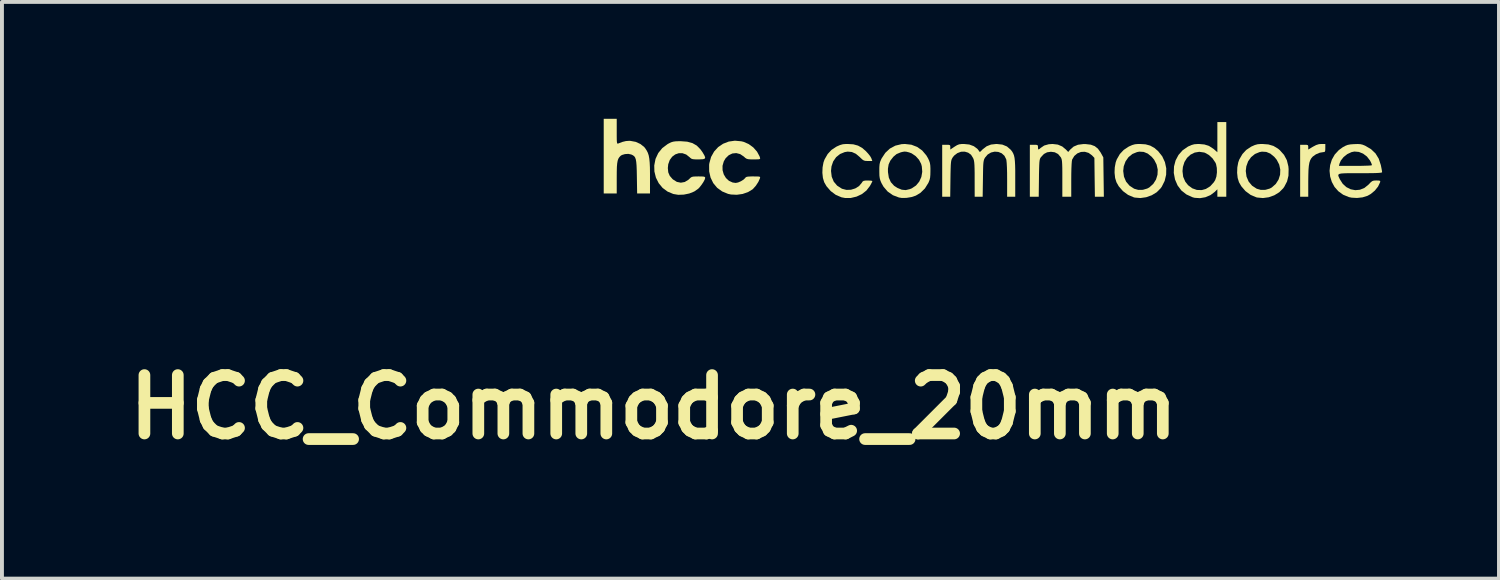
<source format=kicad_pcb>
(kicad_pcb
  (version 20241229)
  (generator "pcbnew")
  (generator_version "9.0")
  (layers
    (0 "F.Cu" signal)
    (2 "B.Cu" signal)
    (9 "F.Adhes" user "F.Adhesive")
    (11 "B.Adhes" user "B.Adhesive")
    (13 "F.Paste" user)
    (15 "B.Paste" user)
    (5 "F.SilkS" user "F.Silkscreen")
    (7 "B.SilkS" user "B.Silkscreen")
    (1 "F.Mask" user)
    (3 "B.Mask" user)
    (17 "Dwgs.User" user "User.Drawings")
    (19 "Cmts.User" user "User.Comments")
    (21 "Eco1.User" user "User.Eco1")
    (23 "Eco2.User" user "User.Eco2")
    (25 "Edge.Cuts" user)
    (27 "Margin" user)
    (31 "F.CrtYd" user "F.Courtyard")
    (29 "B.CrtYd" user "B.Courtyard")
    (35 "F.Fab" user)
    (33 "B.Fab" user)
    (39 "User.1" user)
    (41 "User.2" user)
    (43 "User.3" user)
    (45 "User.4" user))
  (footprint "HCC_Commodore_20mm"
    (layer "F.Cu")
    (at 22.429 1)
    (property "Reference" "HCC_Commodore_20mm" (at -8.7 6.4 0) (layer "F.SilkS") (effects (font (size 1.5 1.5) (thickness 0.3))))
    (attr board_only exclude_from_pos_files exclude_from_bom)
    (fp_poly (pts (xy -5.155 -0.958) (xy -5.055 -0.917) (xy -5.045 -0.911) (xy -4.936 -0.817) (xy -4.859 -0.705) (xy -4.815 -0.581) (xy -4.803 -0.453) (xy -4.822 -0.327) (xy -4.873 -0.209) (xy -4.956 -0.105) (xy -5.069 -0.023) (xy -5.083 -0.016) (xy -5.21 0.029) (xy -5.346 0.042) (xy -5.476 0.023) (xy -5.533 0.003) (xy -5.649 -0.07) (xy -5.736 -0.166) (xy -5.742 -0.177) (xy -5.355 -0.177) (xy -5.345 -0.136) (xy -5.313 -0.125) (xy -5.281 -0.137) (xy -5.272 -0.177) (xy -5.281 -0.218) (xy -5.313 -0.229) (xy -5.346 -0.217) (xy -5.355 -0.177) (xy -5.742 -0.177) (xy -5.795 -0.278) (xy -5.825 -0.4) (xy -5.826 -0.526) (xy -5.821 -0.552) (xy -5.355 -0.552) (xy -5.355 -0.449) (xy -5.352 -0.381) (xy -5.347 -0.34) (xy -5.338 -0.32) (xy -5.324 -0.313) (xy -5.313 -0.313) (xy -5.295 -0.315) (xy -5.284 -0.327) (xy -5.276 -0.357) (xy -5.273 -0.41) (xy -5.272 -0.494) (xy -5.272 -0.552) (xy -5.272 -0.655) (xy -5.274 -0.723) (xy -5.279 -0.764) (xy -5.289 -0.784) (xy -5.303 -0.791) (xy -5.313 -0.792) (xy -5.331 -0.789) (xy -5.343 -0.777) (xy -5.35 -0.748) (xy -5.354 -0.695) (xy -5.355 -0.611) (xy -5.355 -0.552) (xy -5.821 -0.552) (xy -5.8 -0.648) (xy -5.745 -0.761) (xy -5.663 -0.857) (xy -5.552 -0.931) (xy -5.511 -0.949) (xy -5.399 -0.976) (xy -5.275 -0.978)) (stroke (width 0) (type solid)) (fill yes) (layer "F.Mask"))
    (fp_poly (pts (xy 8.543 -0.25) (xy 8.541 -0.188) (xy 8.532 -0.157) (xy 8.511 -0.146) (xy 8.499 -0.146) (xy 8.401 -0.13) (xy 8.301 -0.088) (xy 8.22 -0.03) (xy 8.219 -0.029) (xy 8.183 0.013) (xy 8.155 0.063) (xy 8.134 0.126) (xy 8.12 0.207) (xy 8.111 0.312) (xy 8.107 0.448) (xy 8.105 0.613) (xy 8.105 1) (xy 8.001 1) (xy 7.897 1) (xy 7.897 0.333) (xy 7.897 -0.333) (xy 8.001 -0.333) (xy 8.063 -0.332) (xy 8.094 -0.324) (xy 8.104 -0.302) (xy 8.105 -0.272) (xy 8.105 -0.211) (xy 8.224 -0.283) (xy 8.308 -0.327) (xy 8.379 -0.349) (xy 8.443 -0.354) (xy 8.543 -0.354)) (stroke (width 0) (type solid)) (fill yes) (layer "F.SilkS"))
    (fp_poly (pts (xy -9.647 -0.675) (xy -9.647 -0.552) (xy -9.646 -0.465) (xy -9.643 -0.409) (xy -9.637 -0.377) (xy -9.629 -0.363) (xy -9.616 -0.363) (xy -9.611 -0.365) (xy -9.501 -0.407) (xy -9.41 -0.429) (xy -9.324 -0.435) (xy -9.293 -0.433) (xy -9.159 -0.408) (xy -9.039 -0.353) (xy -8.942 -0.276) (xy -8.916 -0.244) (xy -8.878 -0.186) (xy -8.848 -0.127) (xy -8.826 -0.06) (xy -8.811 0.021) (xy -8.801 0.122) (xy -8.795 0.249) (xy -8.793 0.41) (xy -8.793 0.483) (xy -8.793 0.917) (xy -8.958 0.917) (xy -9.123 0.917) (xy -9.13 0.484) (xy -9.133 0.324) (xy -9.138 0.2) (xy -9.146 0.107) (xy -9.158 0.039) (xy -9.176 -0.008) (xy -9.2 -0.041) (xy -9.234 -0.065) (xy -9.274 -0.084) (xy -9.35 -0.1) (xy -9.437 -0.094) (xy -9.514 -0.071) (xy -9.548 -0.049) (xy -9.58 -0.015) (xy -9.605 0.024) (xy -9.623 0.075) (xy -9.635 0.143) (xy -9.643 0.235) (xy -9.646 0.356) (xy -9.647 0.513) (xy -9.647 0.52) (xy -9.647 0.917) (xy -9.814 0.917) (xy -9.981 0.917) (xy -9.981 -0.042) (xy -9.981 -1) (xy -9.814 -1) (xy -9.647 -1)) (stroke (width 0) (type solid)) (fill yes) (layer "F.SilkS"))
    (fp_poly (pts (xy 3.928 -0.345) (xy 4.048 -0.312) (xy 4.155 -0.253) (xy 4.253 -0.168) (xy 4.357 -0.036) (xy 4.426 0.113) (xy 4.46 0.271) (xy 4.457 0.434) (xy 4.419 0.594) (xy 4.344 0.744) (xy 4.315 0.784) (xy 4.215 0.885) (xy 4.088 0.962) (xy 3.945 1.013) (xy 3.796 1.034) (xy 3.652 1.022) (xy 3.625 1.015) (xy 3.479 0.953) (xy 3.348 0.856) (xy 3.24 0.732) (xy 3.181 0.628) (xy 3.147 0.518) (xy 3.133 0.386) (xy 3.134 0.339) (xy 3.355 0.339) (xy 3.374 0.484) (xy 3.428 0.612) (xy 3.517 0.717) (xy 3.636 0.795) (xy 3.742 0.825) (xy 3.859 0.823) (xy 3.972 0.79) (xy 4.024 0.762) (xy 4.126 0.671) (xy 4.197 0.559) (xy 4.235 0.435) (xy 4.241 0.304) (xy 4.212 0.174) (xy 4.15 0.052) (xy 4.087 -0.024) (xy 3.985 -0.107) (xy 3.881 -0.15) (xy 3.77 -0.157) (xy 3.71 -0.146) (xy 3.59 -0.097) (xy 3.49 -0.015) (xy 3.415 0.092) (xy 3.368 0.22) (xy 3.355 0.339) (xy 3.134 0.339) (xy 3.138 0.248) (xy 3.162 0.118) (xy 3.19 0.041) (xy 3.269 -0.096) (xy 3.367 -0.201) (xy 3.49 -0.283) (xy 3.505 -0.291) (xy 3.587 -0.327) (xy 3.658 -0.347) (xy 3.741 -0.354) (xy 3.781 -0.354)) (stroke (width 0) (type solid)) (fill yes) (layer "F.SilkS"))
    (fp_poly (pts (xy 7.082 -0.342) (xy 7.211 -0.304) (xy 7.327 -0.235) (xy 7.375 -0.195) (xy 7.483 -0.074) (xy 7.556 0.063) (xy 7.595 0.222) (xy 7.601 0.292) (xy 7.597 0.461) (xy 7.561 0.608) (xy 7.49 0.744) (xy 7.462 0.784) (xy 7.361 0.885) (xy 7.234 0.963) (xy 7.091 1.014) (xy 6.942 1.034) (xy 6.798 1.021) (xy 6.771 1.015) (xy 6.625 0.953) (xy 6.494 0.856) (xy 6.387 0.732) (xy 6.327 0.628) (xy 6.293 0.518) (xy 6.279 0.386) (xy 6.281 0.339) (xy 6.501 0.339) (xy 6.52 0.484) (xy 6.575 0.612) (xy 6.663 0.717) (xy 6.782 0.795) (xy 6.889 0.825) (xy 7.006 0.823) (xy 7.119 0.79) (xy 7.17 0.762) (xy 7.272 0.671) (xy 7.343 0.559) (xy 7.382 0.435) (xy 7.387 0.304) (xy 7.359 0.174) (xy 7.296 0.052) (xy 7.233 -0.024) (xy 7.131 -0.107) (xy 7.028 -0.15) (xy 6.917 -0.157) (xy 6.856 -0.146) (xy 6.737 -0.097) (xy 6.637 -0.015) (xy 6.561 0.092) (xy 6.515 0.22) (xy 6.501 0.339) (xy 6.281 0.339) (xy 6.284 0.248) (xy 6.308 0.118) (xy 6.336 0.041) (xy 6.416 -0.096) (xy 6.513 -0.201) (xy 6.636 -0.283) (xy 6.652 -0.291) (xy 6.733 -0.327) (xy 6.805 -0.347) (xy 6.888 -0.354) (xy 6.928 -0.354)) (stroke (width 0) (type solid)) (fill yes) (layer "F.SilkS"))
    (fp_poly (pts (xy 6.001 0.042) (xy 6.001 1) (xy 5.886 1) (xy 5.772 1) (xy 5.772 0.905) (xy 5.772 0.809) (xy 5.707 0.874) (xy 5.596 0.958) (xy 5.466 1.013) (xy 5.326 1.037) (xy 5.188 1.028) (xy 5.136 1.014) (xy 4.978 0.942) (xy 4.849 0.841) (xy 4.751 0.711) (xy 4.685 0.558) (xy 4.653 0.388) (xy 4.655 0.344) (xy 4.877 0.344) (xy 4.894 0.488) (xy 4.948 0.613) (xy 5.021 0.705) (xy 5.127 0.784) (xy 5.245 0.826) (xy 5.37 0.83) (xy 5.476 0.801) (xy 5.588 0.732) (xy 5.681 0.629) (xy 5.716 0.573) (xy 5.747 0.483) (xy 5.761 0.374) (xy 5.758 0.261) (xy 5.738 0.162) (xy 5.722 0.125) (xy 5.648 0.016) (xy 5.555 -0.071) (xy 5.454 -0.128) (xy 5.432 -0.135) (xy 5.307 -0.153) (xy 5.189 -0.133) (xy 5.083 -0.08) (xy 4.994 0.002) (xy 4.927 0.108) (xy 4.887 0.236) (xy 4.877 0.344) (xy 4.655 0.344) (xy 4.659 0.223) (xy 4.7 0.068) (xy 4.774 -0.072) (xy 4.879 -0.191) (xy 5.013 -0.284) (xy 5.026 -0.291) (xy 5.108 -0.327) (xy 5.18 -0.347) (xy 5.262 -0.353) (xy 5.301 -0.354) (xy 5.441 -0.341) (xy 5.559 -0.302) (xy 5.669 -0.231) (xy 5.695 -0.209) (xy 5.772 -0.142) (xy 5.772 -0.529) (xy 5.772 -0.917) (xy 5.886 -0.917) (xy 6.001 -0.917)) (stroke (width 0) (type solid)) (fill yes) (layer "F.SilkS"))
    (fp_poly (pts (xy -3.573 -0.345) (xy -3.453 -0.312) (xy -3.347 -0.253) (xy -3.249 -0.168) (xy -3.19 -0.103) (xy -3.14 -0.039) (xy -3.111 0.011) (xy -3.11 0.016) (xy -3.086 0.083) (xy -3.197 0.083) (xy -3.257 0.081) (xy -3.301 0.071) (xy -3.342 0.045) (xy -3.394 -0.004) (xy -3.409 -0.019) (xy -3.51 -0.103) (xy -3.611 -0.148) (xy -3.717 -0.158) (xy -3.793 -0.146) (xy -3.915 -0.096) (xy -4.015 -0.015) (xy -4.09 0.093) (xy -4.134 0.222) (xy -4.146 0.338) (xy -4.128 0.487) (xy -4.076 0.613) (xy -3.99 0.715) (xy -3.872 0.791) (xy -3.862 0.796) (xy -3.75 0.825) (xy -3.634 0.821) (xy -3.523 0.787) (xy -3.427 0.727) (xy -3.358 0.645) (xy -3.335 0.61) (xy -3.306 0.592) (xy -3.26 0.585) (xy -3.204 0.584) (xy -3.139 0.586) (xy -3.096 0.592) (xy -3.084 0.599) (xy -3.094 0.624) (xy -3.119 0.674) (xy -3.148 0.725) (xy -3.237 0.841) (xy -3.354 0.933) (xy -3.49 0.997) (xy -3.638 1.032) (xy -3.788 1.032) (xy -3.877 1.015) (xy -4.023 0.953) (xy -4.153 0.856) (xy -4.261 0.732) (xy -4.321 0.628) (xy -4.354 0.518) (xy -4.368 0.386) (xy -4.363 0.248) (xy -4.339 0.118) (xy -4.311 0.041) (xy -4.232 -0.096) (xy -4.135 -0.201) (xy -4.011 -0.283) (xy -3.996 -0.291) (xy -3.914 -0.327) (xy -3.843 -0.347) (xy -3.76 -0.354) (xy -3.72 -0.354)) (stroke (width 0) (type solid)) (fill yes) (layer "F.SilkS"))
    (fp_poly (pts (xy -6.45 -0.423) (xy -6.391 -0.409) (xy -6.26 -0.352) (xy -6.142 -0.266) (xy -6.046 -0.158) (xy -5.981 -0.038) (xy -5.97 -0.005) (xy -5.965 0.018) (xy -5.972 0.031) (xy -5.998 0.039) (xy -6.051 0.041) (xy -6.132 0.042) (xy -6.219 0.041) (xy -6.276 0.036) (xy -6.315 0.024) (xy -6.349 0.002) (xy -6.383 -0.03) (xy -6.478 -0.094) (xy -6.578 -0.12) (xy -6.679 -0.11) (xy -6.772 -0.065) (xy -6.852 0.013) (xy -6.899 0.093) (xy -6.931 0.206) (xy -6.93 0.319) (xy -6.9 0.426) (xy -6.844 0.519) (xy -6.767 0.591) (xy -6.672 0.635) (xy -6.593 0.646) (xy -6.531 0.634) (xy -6.459 0.603) (xy -6.393 0.562) (xy -6.35 0.521) (xy -6.35 0.52) (xy -6.333 0.5) (xy -6.305 0.488) (xy -6.257 0.482) (xy -6.181 0.479) (xy -6.14 0.479) (xy -6.053 0.48) (xy -5.999 0.482) (xy -5.973 0.489) (xy -5.965 0.503) (xy -5.97 0.524) (xy -5.97 0.526) (xy -6.011 0.619) (xy -6.074 0.716) (xy -6.146 0.797) (xy -6.161 0.811) (xy -6.276 0.881) (xy -6.415 0.929) (xy -6.565 0.95) (xy -6.714 0.943) (xy -6.789 0.927) (xy -6.941 0.864) (xy -7.069 0.771) (xy -7.169 0.651) (xy -7.238 0.509) (xy -7.274 0.351) (xy -7.275 0.18) (xy -7.269 0.139) (xy -7.225 -0.021) (xy -7.147 -0.16) (xy -7.043 -0.274) (xy -6.916 -0.36) (xy -6.771 -0.416) (xy -6.614 -0.438)) (stroke (width 0) (type solid)) (fill yes) (layer "F.SilkS"))
    (fp_poly (pts (xy -7.838 -0.413) (xy -7.705 -0.377) (xy -7.594 -0.314) (xy -7.5 -0.219) (xy -7.444 -0.141) (xy -7.397 -0.061) (xy -7.376 -0.009) (xy -7.387 0.022) (xy -7.431 0.037) (xy -7.512 0.041) (xy -7.55 0.042) (xy -7.637 0.041) (xy -7.693 0.036) (xy -7.73 0.024) (xy -7.758 0.003) (xy -7.774 -0.012) (xy -7.863 -0.083) (xy -7.959 -0.117) (xy -8.055 -0.117) (xy -8.145 -0.086) (xy -8.224 -0.027) (xy -8.286 0.058) (xy -8.325 0.166) (xy -8.335 0.265) (xy -8.324 0.375) (xy -8.286 0.464) (xy -8.215 0.546) (xy -8.201 0.558) (xy -8.104 0.619) (xy -8.002 0.64) (xy -7.901 0.622) (xy -7.807 0.565) (xy -7.782 0.541) (xy -7.75 0.511) (xy -7.719 0.492) (xy -7.678 0.483) (xy -7.614 0.48) (xy -7.549 0.479) (xy -7.464 0.48) (xy -7.412 0.484) (xy -7.386 0.493) (xy -7.377 0.509) (xy -7.376 0.517) (xy -7.389 0.561) (xy -7.423 0.625) (xy -7.47 0.695) (xy -7.522 0.761) (xy -7.556 0.796) (xy -7.657 0.866) (xy -7.784 0.917) (xy -7.925 0.946) (xy -8.068 0.951) (xy -8.194 0.93) (xy -8.342 0.868) (xy -8.469 0.774) (xy -8.569 0.653) (xy -8.641 0.51) (xy -8.68 0.352) (xy -8.684 0.198) (xy -8.651 0.029) (xy -8.581 -0.121) (xy -8.477 -0.249) (xy -8.341 -0.351) (xy -8.308 -0.369) (xy -8.251 -0.397) (xy -8.199 -0.413) (xy -8.138 -0.422) (xy -8.057 -0.425) (xy -8.001 -0.425)) (stroke (width 0) (type solid)) (fill yes) (layer "F.SilkS"))
    (fp_poly (pts (xy -2.083 -0.335) (xy -1.934 -0.278) (xy -1.805 -0.186) (xy -1.699 -0.061) (xy -1.655 0.014) (xy -1.626 0.077) (xy -1.608 0.132) (xy -1.598 0.192) (xy -1.594 0.273) (xy -1.594 0.333) (xy -1.596 0.435) (xy -1.602 0.509) (xy -1.616 0.569) (xy -1.64 0.63) (xy -1.649 0.648) (xy -1.736 0.788) (xy -1.851 0.901) (xy -1.969 0.972) (xy -2.082 1.009) (xy -2.209 1.03) (xy -2.332 1.031) (xy -2.402 1.02) (xy -2.558 0.961) (xy -2.692 0.867) (xy -2.799 0.742) (xy -2.852 0.648) (xy -2.879 0.584) (xy -2.895 0.525) (xy -2.904 0.457) (xy -2.906 0.364) (xy -2.906 0.333) (xy -2.906 0.282) (xy -2.685 0.282) (xy -2.684 0.367) (xy -2.662 0.511) (xy -2.61 0.627) (xy -2.527 0.719) (xy -2.44 0.775) (xy -2.33 0.82) (xy -2.228 0.83) (xy -2.122 0.805) (xy -2.071 0.784) (xy -1.964 0.712) (xy -1.881 0.612) (xy -1.827 0.493) (xy -1.804 0.36) (xy -1.815 0.223) (xy -1.832 0.158) (xy -1.888 0.051) (xy -1.973 -0.043) (xy -2.076 -0.113) (xy -2.139 -0.137) (xy -2.209 -0.155) (xy -2.263 -0.159) (xy -2.323 -0.148) (xy -2.362 -0.137) (xy -2.463 -0.095) (xy -2.544 -0.027) (xy -2.549 -0.021) (xy -2.624 0.075) (xy -2.667 0.171) (xy -2.685 0.282) (xy -2.906 0.282) (xy -2.905 0.235) (xy -2.899 0.165) (xy -2.886 0.108) (xy -2.863 0.051) (xy -2.845 0.014) (xy -2.752 -0.127) (xy -2.635 -0.236) (xy -2.495 -0.311) (xy -2.337 -0.349) (xy -2.25 -0.354)) (stroke (width 0) (type solid)) (fill yes) (layer "F.SilkS"))
    (fp_poly (pts (xy 1.677 -0.338) (xy 1.791 -0.289) (xy 1.883 -0.212) (xy 1.943 -0.149) (xy 1.993 -0.208) (xy 2.082 -0.287) (xy 2.194 -0.334) (xy 2.332 -0.352) (xy 2.393 -0.351) (xy 2.523 -0.336) (xy 2.624 -0.298) (xy 2.704 -0.235) (xy 2.773 -0.139) (xy 2.782 -0.123) (xy 2.844 -0.01) (xy 2.851 0.495) (xy 2.858 1) (xy 2.743 1) (xy 2.628 1) (xy 2.621 0.501) (xy 2.615 0.003) (xy 2.553 -0.062) (xy 2.467 -0.125) (xy 2.369 -0.154) (xy 2.27 -0.149) (xy 2.177 -0.112) (xy 2.099 -0.046) (xy 2.043 0.048) (xy 2.043 0.048) (xy 2.036 0.089) (xy 2.03 0.166) (xy 2.025 0.274) (xy 2.022 0.407) (xy 2.021 0.554) (xy 2.021 1) (xy 1.907 1) (xy 1.792 1) (xy 1.792 0.526) (xy 1.792 0.372) (xy 1.791 0.253) (xy 1.788 0.165) (xy 1.784 0.101) (xy 1.778 0.055) (xy 1.769 0.023) (xy 1.758 -0.003) (xy 1.751 -0.014) (xy 1.683 -0.096) (xy 1.597 -0.141) (xy 1.498 -0.154) (xy 1.401 -0.14) (xy 1.319 -0.097) (xy 1.244 -0.017) (xy 1.241 -0.013) (xy 1.227 0.008) (xy 1.217 0.033) (xy 1.209 0.068) (xy 1.203 0.118) (xy 1.199 0.189) (xy 1.196 0.286) (xy 1.193 0.416) (xy 1.192 0.522) (xy 1.186 1) (xy 1.072 1) (xy 0.958 1) (xy 0.958 0.333) (xy 0.958 -0.333) (xy 1.063 -0.333) (xy 1.124 -0.332) (xy 1.155 -0.324) (xy 1.166 -0.302) (xy 1.167 -0.271) (xy 1.17 -0.224) (xy 1.184 -0.212) (xy 1.217 -0.235) (xy 1.235 -0.252) (xy 1.326 -0.314) (xy 1.442 -0.347) (xy 1.542 -0.354)) (stroke (width 0) (type solid)) (fill yes) (layer "F.SilkS"))
    (fp_poly (pts (xy -0.596 -0.34) (xy -0.48 -0.297) (xy -0.39 -0.23) (xy -0.37 -0.206) (xy -0.325 -0.145) (xy -0.251 -0.218) (xy -0.151 -0.295) (xy -0.039 -0.339) (xy 0.096 -0.354) (xy 0.109 -0.354) (xy 0.252 -0.338) (xy 0.37 -0.29) (xy 0.465 -0.208) (xy 0.473 -0.199) (xy 0.506 -0.156) (xy 0.531 -0.111) (xy 0.551 -0.06) (xy 0.565 0.003) (xy 0.574 0.085) (xy 0.58 0.191) (xy 0.583 0.326) (xy 0.583 0.496) (xy 0.583 0.518) (xy 0.583 1) (xy 0.479 1) (xy 0.375 1) (xy 0.375 0.56) (xy 0.374 0.389) (xy 0.37 0.246) (xy 0.364 0.136) (xy 0.356 0.061) (xy 0.351 0.038) (xy 0.305 -0.052) (xy 0.235 -0.115) (xy 0.149 -0.15) (xy 0.055 -0.157) (xy -0.039 -0.135) (xy -0.124 -0.084) (xy -0.189 -0.008) (xy -0.206 0.02) (xy -0.218 0.048) (xy -0.227 0.083) (xy -0.234 0.129) (xy -0.239 0.194) (xy -0.242 0.284) (xy -0.244 0.404) (xy -0.246 0.537) (xy -0.253 1) (xy -0.356 1) (xy -0.458 1) (xy -0.459 0.547) (xy -0.459 0.394) (xy -0.461 0.277) (xy -0.464 0.189) (xy -0.469 0.124) (xy -0.476 0.076) (xy -0.486 0.039) (xy -0.499 0.007) (xy -0.552 -0.078) (xy -0.625 -0.131) (xy -0.712 -0.157) (xy -0.807 -0.155) (xy -0.903 -0.119) (xy -0.985 -0.056) (xy -1.023 -0.008) (xy -1.039 0.02) (xy -1.052 0.048) (xy -1.061 0.083) (xy -1.067 0.129) (xy -1.072 0.194) (xy -1.075 0.284) (xy -1.078 0.404) (xy -1.08 0.537) (xy -1.086 1) (xy -1.189 1) (xy -1.292 1) (xy -1.292 0.333) (xy -1.292 -0.333) (xy -1.188 -0.333) (xy -1.126 -0.332) (xy -1.095 -0.324) (xy -1.085 -0.302) (xy -1.084 -0.272) (xy -1.084 -0.211) (xy -0.977 -0.283) (xy -0.912 -0.323) (xy -0.857 -0.345) (xy -0.793 -0.353) (xy -0.734 -0.354)) (stroke (width 0) (type solid)) (fill yes) (layer "F.SilkS"))
    (fp_poly (pts (xy 9.443 -0.349) (xy 9.5 -0.336) (xy 9.562 -0.311) (xy 9.568 -0.308) (xy 9.716 -0.221) (xy 9.831 -0.112) (xy 9.914 0.023) (xy 9.968 0.188) (xy 9.971 0.201) (xy 9.986 0.276) (xy 9.997 0.337) (xy 10.001 0.37) (xy 10.001 0.37) (xy 9.992 0.378) (xy 9.963 0.384) (xy 9.909 0.389) (xy 9.827 0.393) (xy 9.713 0.395) (xy 9.563 0.396) (xy 9.439 0.396) (xy 9.265 0.396) (xy 9.129 0.396) (xy 9.027 0.399) (xy 8.954 0.404) (xy 8.908 0.413) (xy 8.883 0.428) (xy 8.875 0.449) (xy 8.882 0.478) (xy 8.899 0.516) (xy 8.916 0.552) (xy 8.99 0.668) (xy 9.084 0.754) (xy 9.194 0.809) (xy 9.312 0.832) (xy 9.431 0.821) (xy 9.546 0.775) (xy 9.648 0.693) (xy 9.657 0.684) (xy 9.709 0.629) (xy 9.748 0.599) (xy 9.789 0.586) (xy 9.846 0.583) (xy 9.855 0.583) (xy 9.918 0.585) (xy 9.948 0.592) (xy 9.954 0.609) (xy 9.949 0.63) (xy 9.897 0.739) (xy 9.815 0.842) (xy 9.711 0.929) (xy 9.626 0.977) (xy 9.5 1.016) (xy 9.357 1.032) (xy 9.217 1.024) (xy 9.15 1.01) (xy 9.001 0.949) (xy 8.878 0.86) (xy 8.78 0.749) (xy 8.71 0.62) (xy 8.667 0.481) (xy 8.652 0.335) (xy 8.665 0.208) (xy 8.893 0.208) (xy 9.311 0.208) (xy 9.438 0.208) (xy 9.551 0.205) (xy 9.643 0.202) (xy 9.707 0.198) (xy 9.737 0.192) (xy 9.739 0.191) (xy 9.735 0.166) (xy 9.714 0.116) (xy 9.688 0.067) (xy 9.611 -0.032) (xy 9.513 -0.106) (xy 9.403 -0.15) (xy 9.29 -0.16) (xy 9.216 -0.145) (xy 9.107 -0.094) (xy 9.012 -0.018) (xy 8.941 0.072) (xy 8.907 0.152) (xy 8.893 0.208) (xy 8.665 0.208) (xy 8.667 0.189) (xy 8.711 0.048) (xy 8.785 -0.083) (xy 8.89 -0.197) (xy 8.99 -0.27) (xy 9.058 -0.307) (xy 9.117 -0.33) (xy 9.185 -0.343) (xy 9.277 -0.35) (xy 9.283 -0.35) (xy 9.376 -0.353)) (stroke (width 0) (type solid)) (fill yes) (layer "F.SilkS")))
  (gr_rect
    (start -3 -3)
    (end 35.43 11.804)
    (stroke (width 0.1) (type default))
    (fill no)
    (layer "Edge.Cuts")))
</source>
